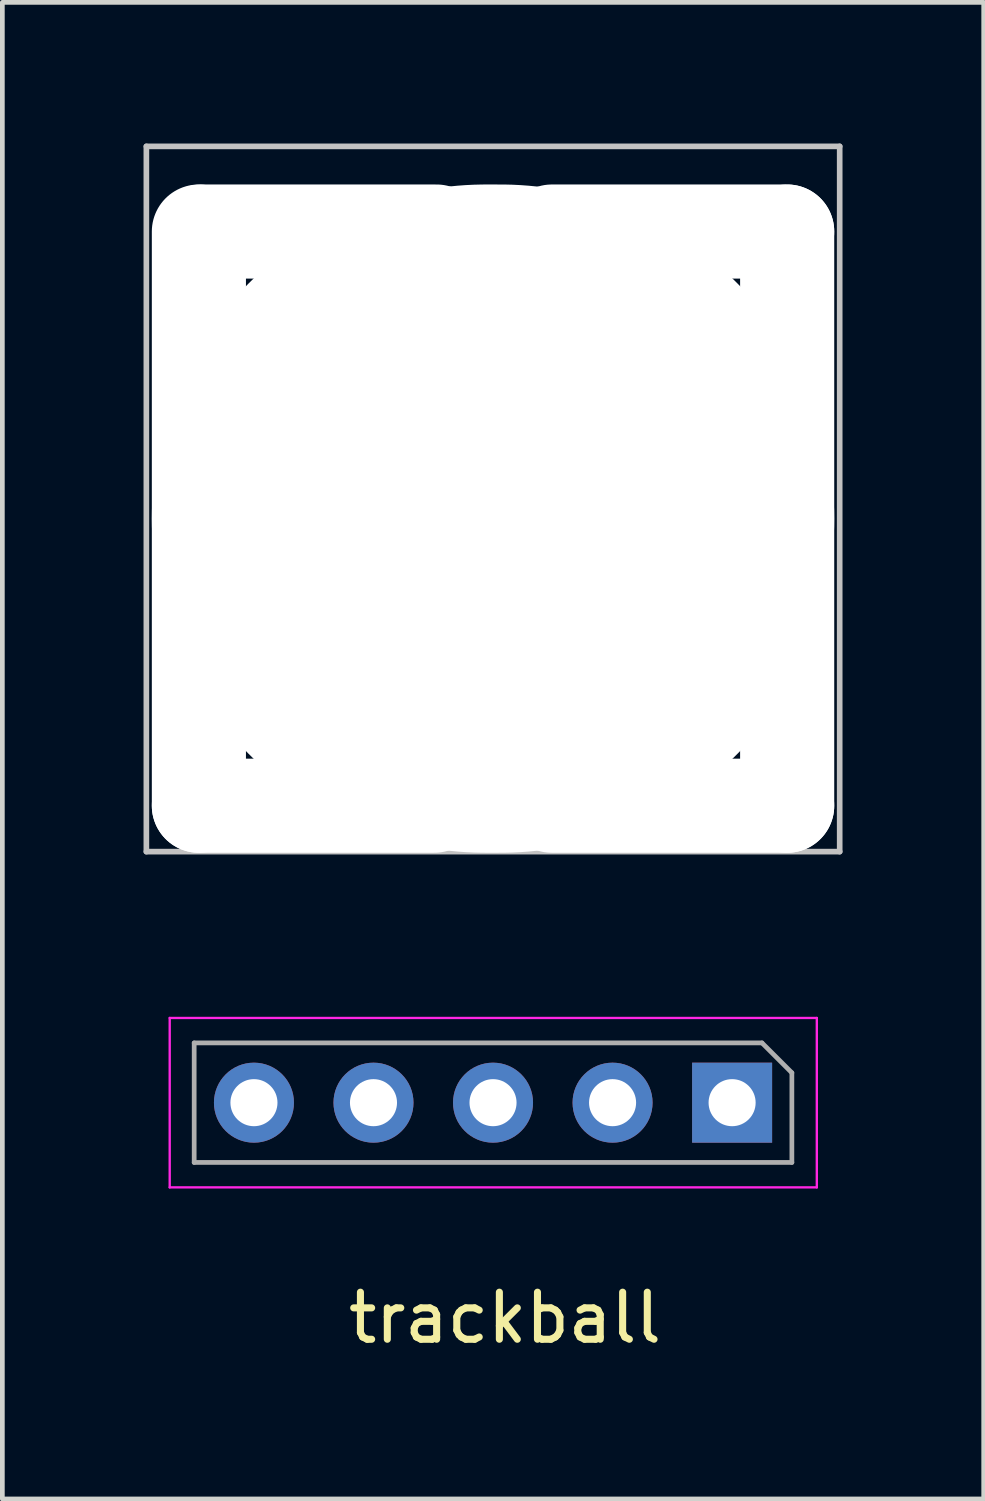
<source format=kicad_pcb>
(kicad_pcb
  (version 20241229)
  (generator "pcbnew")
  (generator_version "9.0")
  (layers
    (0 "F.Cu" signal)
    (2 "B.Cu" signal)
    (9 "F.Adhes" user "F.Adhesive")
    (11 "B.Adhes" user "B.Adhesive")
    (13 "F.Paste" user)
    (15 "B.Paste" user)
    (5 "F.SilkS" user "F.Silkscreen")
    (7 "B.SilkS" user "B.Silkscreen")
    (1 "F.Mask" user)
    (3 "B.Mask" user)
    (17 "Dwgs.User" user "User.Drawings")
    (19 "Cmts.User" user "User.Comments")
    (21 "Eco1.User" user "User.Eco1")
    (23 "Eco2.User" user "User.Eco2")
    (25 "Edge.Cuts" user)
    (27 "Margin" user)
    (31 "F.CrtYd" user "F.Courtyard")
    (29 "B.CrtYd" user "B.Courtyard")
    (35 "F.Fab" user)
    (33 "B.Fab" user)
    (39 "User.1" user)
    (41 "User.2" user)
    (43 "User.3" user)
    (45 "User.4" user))
  (footprint "trackball"
    (layer "F.Cu")
    (at 7.426 16.57)
    (property "Reference" "trackball" (at 0.254 8.382 0) (layer "F.SilkS") (effects (font (size 1 1) (thickness 0.15))))
    (attr through_hole)
    (fp_line (start -7.366 -16.51) (end -7.366 -1.524) (stroke (width 0.12) (type solid)) (layer "Dwgs.User"))
    (fp_line (start -7.366 -1.524) (end 7.366 -1.524) (stroke (width 0.12) (type solid)) (layer "Dwgs.User"))
    (fp_line (start 7.366 -16.51) (end -7.366 -16.51) (stroke (width 0.12) (type solid)) (layer "Dwgs.User"))
    (fp_line (start 7.366 -1.524) (end 7.366 -16.51) (stroke (width 0.12) (type solid)) (layer "Dwgs.User"))
    (fp_line (start -6.87 2.01) (end -6.87 5.61) (stroke (width 0.05) (type solid)) (layer "F.CrtYd"))
    (fp_line (start -6.87 5.61) (end 6.88 5.61) (stroke (width 0.05) (type solid)) (layer "F.CrtYd"))
    (fp_line (start 6.88 2.01) (end -6.87 2.01) (stroke (width 0.05) (type solid)) (layer "F.CrtYd"))
    (fp_line (start 6.88 5.61) (end 6.88 2.01) (stroke (width 0.05) (type solid)) (layer "F.CrtYd"))
    (fp_line (start -6.35 2.54) (end 5.715 2.54) (stroke (width 0.1) (type solid)) (layer "F.Fab"))
    (fp_line (start -6.35 5.08) (end -6.35 2.54) (stroke (width 0.1) (type solid)) (layer "F.Fab"))
    (fp_line (start 5.715 2.54) (end 6.35 3.175) (stroke (width 0.1) (type solid)) (layer "F.Fab"))
    (fp_line (start 6.35 3.175) (end 6.35 5.08) (stroke (width 0.1) (type solid)) (layer "F.Fab"))
    (fp_line (start 6.35 5.08) (end -6.35 5.08) (stroke (width 0.1) (type solid)) (layer "F.Fab"))
    (pad "" np_thru_hole oval (at -6.25 -8.6) (size 2 14.2) (drill oval 2 14.2) (layers "*.Cu" "*.Mask"))
    (pad "" np_thru_hole oval (at -3.75 -2.5 270) (size 2 7) (drill oval 2 7) (layers "*.Cu" "*.Mask"))
    (pad "" np_thru_hole oval (at -3.7 -14.7 270) (size 2 7) (drill oval 2 7) (layers "*.Cu" "*.Mask"))
    (pad "" np_thru_hole oval (at 0 -8.6) (size 14.5 14.2) (drill oval 14.5 14.2) (layers "*.Cu" "*.Mask"))
    (pad "" np_thru_hole oval (at 3.75 -14.7 270) (size 2 7) (drill oval 2 7) (layers "*.Cu" "*.Mask"))
    (pad "" np_thru_hole oval (at 3.75 -2.5 270) (size 2 7) (drill oval 2 7) (layers "*.Cu" "*.Mask"))
    (pad "" np_thru_hole oval (at 6.25 -8.6) (size 2 14.2) (drill oval 2 14.2) (layers "*.Cu" "*.Mask"))
    (pad "1" thru_hole rect (at 5.08 3.81 270) (size 1.7 1.7) (drill 1) (layers "*.Cu" "*.Mask"))
    (pad "2" thru_hole oval (at 2.54 3.81 270) (size 1.7 1.7) (drill 1) (layers "*.Cu" "*.Mask"))
    (pad "3" thru_hole oval (at 0 3.81 270) (size 1.7 1.7) (drill 1) (layers "*.Cu" "*.Mask"))
    (pad "4" thru_hole oval (at -2.54 3.81 270) (size 1.7 1.7) (drill 1) (layers "*.Cu" "*.Mask"))
    (pad "5" thru_hole oval (at -5.08 3.81 270) (size 1.7 1.7) (drill 1) (layers "*.Cu" "*.Mask")))
  (gr_rect
    (start -3 -3)
    (end 17.852 28.8)
    (stroke (width 0.1) (type default))
    (fill no)
    (layer "Edge.Cuts")))
</source>
